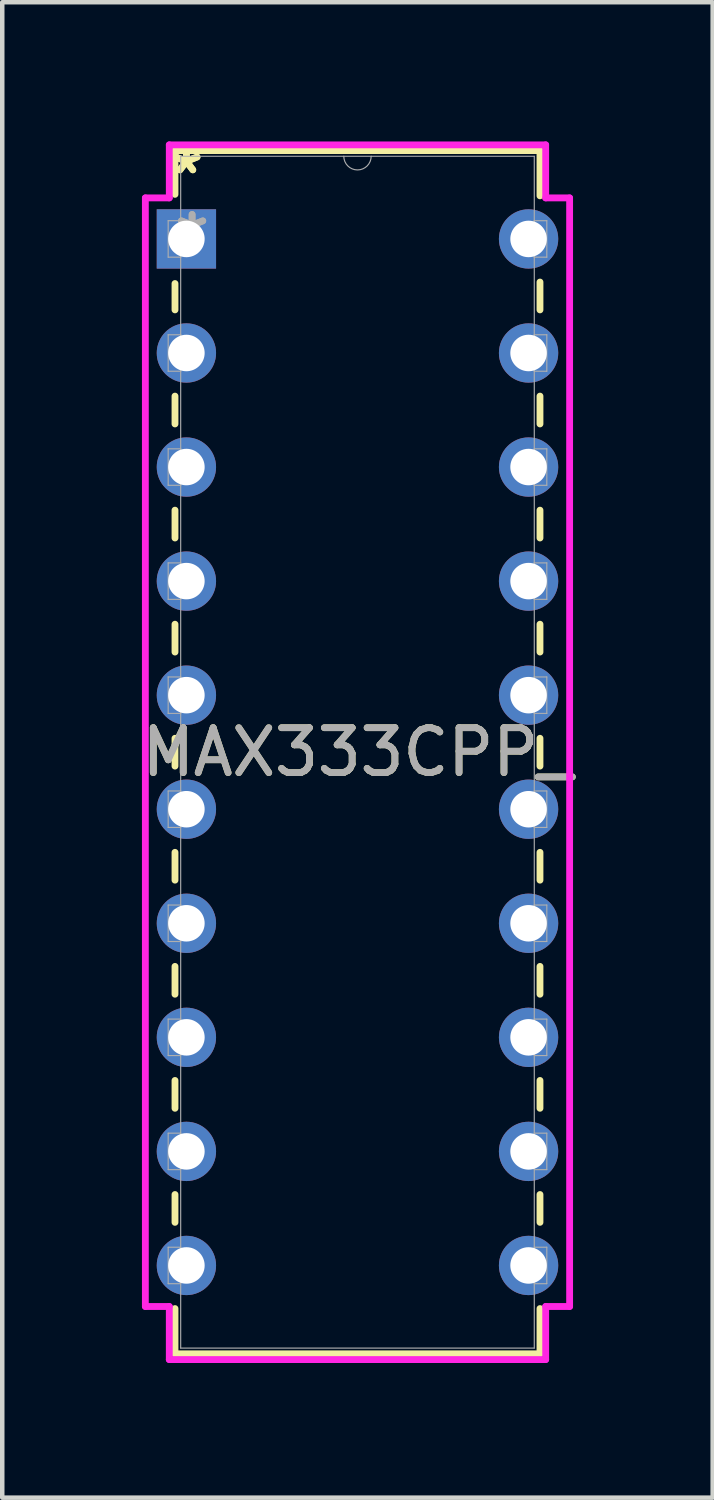
<source format=kicad_pcb>
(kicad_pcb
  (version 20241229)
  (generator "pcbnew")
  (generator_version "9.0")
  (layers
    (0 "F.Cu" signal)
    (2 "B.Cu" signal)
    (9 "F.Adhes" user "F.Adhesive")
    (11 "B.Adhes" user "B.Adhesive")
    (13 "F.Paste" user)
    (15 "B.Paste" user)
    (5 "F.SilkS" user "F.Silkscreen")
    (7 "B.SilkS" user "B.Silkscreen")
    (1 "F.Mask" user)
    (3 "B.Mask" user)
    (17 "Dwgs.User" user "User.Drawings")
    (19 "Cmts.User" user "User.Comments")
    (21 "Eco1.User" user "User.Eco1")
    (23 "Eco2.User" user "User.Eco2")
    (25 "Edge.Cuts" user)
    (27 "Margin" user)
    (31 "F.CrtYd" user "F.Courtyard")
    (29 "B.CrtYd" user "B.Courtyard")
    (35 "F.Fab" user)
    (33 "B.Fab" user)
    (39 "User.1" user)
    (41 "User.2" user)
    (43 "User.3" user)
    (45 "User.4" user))
  (footprint "MAX333CPP_"
    (layer "F.Cu")
    (at 1.101 2.271)
    (property "Reference" "MAX333CPP_" (at 3.81 11.43 0) (unlocked yes) (layer "F.SilkS") (effects (font (size 1 1) (thickness 0.15))))
    (attr through_hole)
    (fp_line (start -0.254 -1.968) (end -0.254 -0.993) (stroke (width 0.152) (type solid)) (layer "F.SilkS"))
    (fp_line (start -0.254 0.993) (end -0.254 1.58) (stroke (width 0.152) (type solid)) (layer "F.SilkS"))
    (fp_line (start -0.254 3.5) (end -0.254 4.12) (stroke (width 0.152) (type solid)) (layer "F.SilkS"))
    (fp_line (start -0.254 6.04) (end -0.254 6.66) (stroke (width 0.152) (type solid)) (layer "F.SilkS"))
    (fp_line (start -0.254 8.58) (end -0.254 9.2) (stroke (width 0.152) (type solid)) (layer "F.SilkS"))
    (fp_line (start -0.254 11.12) (end -0.254 11.74) (stroke (width 0.152) (type solid)) (layer "F.SilkS"))
    (fp_line (start -0.254 13.66) (end -0.254 14.28) (stroke (width 0.152) (type solid)) (layer "F.SilkS"))
    (fp_line (start -0.254 16.2) (end -0.254 16.82) (stroke (width 0.152) (type solid)) (layer "F.SilkS"))
    (fp_line (start -0.254 18.74) (end -0.254 19.36) (stroke (width 0.152) (type solid)) (layer "F.SilkS"))
    (fp_line (start -0.254 21.28) (end -0.254 21.9) (stroke (width 0.152) (type solid)) (layer "F.SilkS"))
    (fp_line (start -0.254 23.82) (end -0.254 24.828) (stroke (width 0.152) (type solid)) (layer "F.SilkS"))
    (fp_line (start -0.254 24.828) (end 7.874 24.828) (stroke (width 0.152) (type solid)) (layer "F.SilkS"))
    (fp_line (start 7.874 -1.968) (end -0.254 -1.968) (stroke (width 0.152) (type solid)) (layer "F.SilkS"))
    (fp_line (start 7.874 -0.96) (end 7.874 -1.968) (stroke (width 0.152) (type solid)) (layer "F.SilkS"))
    (fp_line (start 7.874 1.58) (end 7.874 0.96) (stroke (width 0.152) (type solid)) (layer "F.SilkS"))
    (fp_line (start 7.874 4.12) (end 7.874 3.5) (stroke (width 0.152) (type solid)) (layer "F.SilkS"))
    (fp_line (start 7.874 6.66) (end 7.874 6.04) (stroke (width 0.152) (type solid)) (layer "F.SilkS"))
    (fp_line (start 7.874 9.2) (end 7.874 8.58) (stroke (width 0.152) (type solid)) (layer "F.SilkS"))
    (fp_line (start 7.874 11.74) (end 7.874 11.12) (stroke (width 0.152) (type solid)) (layer "F.SilkS"))
    (fp_line (start 7.874 14.28) (end 7.874 13.66) (stroke (width 0.152) (type solid)) (layer "F.SilkS"))
    (fp_line (start 7.874 16.82) (end 7.874 16.2) (stroke (width 0.152) (type solid)) (layer "F.SilkS"))
    (fp_line (start 7.874 19.36) (end 7.874 18.74) (stroke (width 0.152) (type solid)) (layer "F.SilkS"))
    (fp_line (start 7.874 21.9) (end 7.874 21.28) (stroke (width 0.152) (type solid)) (layer "F.SilkS"))
    (fp_line (start 7.874 24.828) (end 7.874 23.82) (stroke (width 0.152) (type solid)) (layer "F.SilkS"))
    (fp_line (start -0.914 -0.914) (end -0.381 -0.914) (stroke (width 0.152) (type solid)) (layer "F.CrtYd"))
    (fp_line (start -0.914 23.774) (end -0.914 -0.914) (stroke (width 0.152) (type solid)) (layer "F.CrtYd"))
    (fp_line (start -0.381 -2.095) (end 8.001 -2.095) (stroke (width 0.152) (type solid)) (layer "F.CrtYd"))
    (fp_line (start -0.381 -0.914) (end -0.381 -2.095) (stroke (width 0.152) (type solid)) (layer "F.CrtYd"))
    (fp_line (start -0.381 23.774) (end -0.914 23.774) (stroke (width 0.152) (type solid)) (layer "F.CrtYd"))
    (fp_line (start -0.381 24.956) (end -0.381 23.774) (stroke (width 0.152) (type solid)) (layer "F.CrtYd"))
    (fp_line (start 8.001 -2.095) (end 8.001 -0.914) (stroke (width 0.152) (type solid)) (layer "F.CrtYd"))
    (fp_line (start 8.001 23.774) (end 8.001 24.956) (stroke (width 0.152) (type solid)) (layer "F.CrtYd"))
    (fp_line (start 8.001 24.956) (end -0.381 24.956) (stroke (width 0.152) (type solid)) (layer "F.CrtYd"))
    (fp_line (start 8.534 -0.914) (end 8.001 -0.914) (stroke (width 0.152) (type solid)) (layer "F.CrtYd"))
    (fp_line (start 8.534 -0.914) (end 8.534 23.774) (stroke (width 0.152) (type solid)) (layer "F.CrtYd"))
    (fp_line (start 8.534 23.774) (end 8.001 23.774) (stroke (width 0.152) (type solid)) (layer "F.CrtYd"))
    (fp_line (start -0.406 -0.406) (end -0.406 0.406) (stroke (width 0.025) (type solid)) (layer "F.Fab"))
    (fp_line (start -0.406 0.406) (end -0.127 0.406) (stroke (width 0.025) (type solid)) (layer "F.Fab"))
    (fp_line (start -0.406 2.134) (end -0.406 2.946) (stroke (width 0.025) (type solid)) (layer "F.Fab"))
    (fp_line (start -0.406 2.946) (end -0.127 2.946) (stroke (width 0.025) (type solid)) (layer "F.Fab"))
    (fp_line (start -0.406 4.674) (end -0.406 5.486) (stroke (width 0.025) (type solid)) (layer "F.Fab"))
    (fp_line (start -0.406 5.486) (end -0.127 5.486) (stroke (width 0.025) (type solid)) (layer "F.Fab"))
    (fp_line (start -0.406 7.214) (end -0.406 8.026) (stroke (width 0.025) (type solid)) (layer "F.Fab"))
    (fp_line (start -0.406 8.026) (end -0.127 8.026) (stroke (width 0.025) (type solid)) (layer "F.Fab"))
    (fp_line (start -0.406 9.754) (end -0.406 10.566) (stroke (width 0.025) (type solid)) (layer "F.Fab"))
    (fp_line (start -0.406 10.566) (end -0.127 10.566) (stroke (width 0.025) (type solid)) (layer "F.Fab"))
    (fp_line (start -0.406 12.294) (end -0.406 13.106) (stroke (width 0.025) (type solid)) (layer "F.Fab"))
    (fp_line (start -0.406 13.106) (end -0.127 13.106) (stroke (width 0.025) (type solid)) (layer "F.Fab"))
    (fp_line (start -0.406 14.834) (end -0.406 15.646) (stroke (width 0.025) (type solid)) (layer "F.Fab"))
    (fp_line (start -0.406 15.646) (end -0.127 15.646) (stroke (width 0.025) (type solid)) (layer "F.Fab"))
    (fp_line (start -0.406 17.374) (end -0.406 18.186) (stroke (width 0.025) (type solid)) (layer "F.Fab"))
    (fp_line (start -0.406 18.186) (end -0.127 18.186) (stroke (width 0.025) (type solid)) (layer "F.Fab"))
    (fp_line (start -0.406 19.914) (end -0.406 20.726) (stroke (width 0.025) (type solid)) (layer "F.Fab"))
    (fp_line (start -0.406 20.726) (end -0.127 20.726) (stroke (width 0.025) (type solid)) (layer "F.Fab"))
    (fp_line (start -0.406 22.454) (end -0.406 23.266) (stroke (width 0.025) (type solid)) (layer "F.Fab"))
    (fp_line (start -0.406 23.266) (end -0.127 23.266) (stroke (width 0.025) (type solid)) (layer "F.Fab"))
    (fp_line (start -0.127 -1.841) (end -0.127 24.701) (stroke (width 0.025) (type solid)) (layer "F.Fab"))
    (fp_line (start -0.127 -0.406) (end -0.406 -0.406) (stroke (width 0.025) (type solid)) (layer "F.Fab"))
    (fp_line (start -0.127 0.406) (end -0.127 -0.406) (stroke (width 0.025) (type solid)) (layer "F.Fab"))
    (fp_line (start -0.127 2.134) (end -0.406 2.134) (stroke (width 0.025) (type solid)) (layer "F.Fab"))
    (fp_line (start -0.127 2.946) (end -0.127 2.134) (stroke (width 0.025) (type solid)) (layer "F.Fab"))
    (fp_line (start -0.127 4.674) (end -0.406 4.674) (stroke (width 0.025) (type solid)) (layer "F.Fab"))
    (fp_line (start -0.127 5.486) (end -0.127 4.674) (stroke (width 0.025) (type solid)) (layer "F.Fab"))
    (fp_line (start -0.127 7.214) (end -0.406 7.214) (stroke (width 0.025) (type solid)) (layer "F.Fab"))
    (fp_line (start -0.127 8.026) (end -0.127 7.214) (stroke (width 0.025) (type solid)) (layer "F.Fab"))
    (fp_line (start -0.127 9.754) (end -0.406 9.754) (stroke (width 0.025) (type solid)) (layer "F.Fab"))
    (fp_line (start -0.127 10.566) (end -0.127 9.754) (stroke (width 0.025) (type solid)) (layer "F.Fab"))
    (fp_line (start -0.127 12.294) (end -0.406 12.294) (stroke (width 0.025) (type solid)) (layer "F.Fab"))
    (fp_line (start -0.127 13.106) (end -0.127 12.294) (stroke (width 0.025) (type solid)) (layer "F.Fab"))
    (fp_line (start -0.127 14.834) (end -0.406 14.834) (stroke (width 0.025) (type solid)) (layer "F.Fab"))
    (fp_line (start -0.127 15.646) (end -0.127 14.834) (stroke (width 0.025) (type solid)) (layer "F.Fab"))
    (fp_line (start -0.127 17.374) (end -0.406 17.374) (stroke (width 0.025) (type solid)) (layer "F.Fab"))
    (fp_line (start -0.127 18.186) (end -0.127 17.374) (stroke (width 0.025) (type solid)) (layer "F.Fab"))
    (fp_line (start -0.127 19.914) (end -0.406 19.914) (stroke (width 0.025) (type solid)) (layer "F.Fab"))
    (fp_line (start -0.127 20.726) (end -0.127 19.914) (stroke (width 0.025) (type solid)) (layer "F.Fab"))
    (fp_line (start -0.127 22.454) (end -0.406 22.454) (stroke (width 0.025) (type solid)) (layer "F.Fab"))
    (fp_line (start -0.127 23.266) (end -0.127 22.454) (stroke (width 0.025) (type solid)) (layer "F.Fab"))
    (fp_line (start -0.127 24.701) (end 7.747 24.701) (stroke (width 0.025) (type solid)) (layer "F.Fab"))
    (fp_line (start 7.747 -1.841) (end -0.127 -1.841) (stroke (width 0.025) (type solid)) (layer "F.Fab"))
    (fp_line (start 7.747 -0.406) (end 7.747 0.406) (stroke (width 0.025) (type solid)) (layer "F.Fab"))
    (fp_line (start 7.747 0.406) (end 8.026 0.406) (stroke (width 0.025) (type solid)) (layer "F.Fab"))
    (fp_line (start 7.747 2.134) (end 7.747 2.946) (stroke (width 0.025) (type solid)) (layer "F.Fab"))
    (fp_line (start 7.747 2.946) (end 8.026 2.946) (stroke (width 0.025) (type solid)) (layer "F.Fab"))
    (fp_line (start 7.747 4.674) (end 7.747 5.486) (stroke (width 0.025) (type solid)) (layer "F.Fab"))
    (fp_line (start 7.747 5.486) (end 8.026 5.486) (stroke (width 0.025) (type solid)) (layer "F.Fab"))
    (fp_line (start 7.747 7.214) (end 7.747 8.026) (stroke (width 0.025) (type solid)) (layer "F.Fab"))
    (fp_line (start 7.747 8.026) (end 8.026 8.026) (stroke (width 0.025) (type solid)) (layer "F.Fab"))
    (fp_line (start 7.747 9.754) (end 7.747 10.566) (stroke (width 0.025) (type solid)) (layer "F.Fab"))
    (fp_line (start 7.747 10.566) (end 8.026 10.566) (stroke (width 0.025) (type solid)) (layer "F.Fab"))
    (fp_line (start 7.747 12.294) (end 7.747 13.106) (stroke (width 0.025) (type solid)) (layer "F.Fab"))
    (fp_line (start 7.747 13.106) (end 8.026 13.106) (stroke (width 0.025) (type solid)) (layer "F.Fab"))
    (fp_line (start 7.747 14.834) (end 7.747 15.646) (stroke (width 0.025) (type solid)) (layer "F.Fab"))
    (fp_line (start 7.747 15.646) (end 8.026 15.646) (stroke (width 0.025) (type solid)) (layer "F.Fab"))
    (fp_line (start 7.747 17.374) (end 7.747 18.186) (stroke (width 0.025) (type solid)) (layer "F.Fab"))
    (fp_line (start 7.747 18.186) (end 8.026 18.186) (stroke (width 0.025) (type solid)) (layer "F.Fab"))
    (fp_line (start 7.747 19.914) (end 7.747 20.726) (stroke (width 0.025) (type solid)) (layer "F.Fab"))
    (fp_line (start 7.747 20.726) (end 8.026 20.726) (stroke (width 0.025) (type solid)) (layer "F.Fab"))
    (fp_line (start 7.747 22.454) (end 7.747 23.266) (stroke (width 0.025) (type solid)) (layer "F.Fab"))
    (fp_line (start 7.747 23.266) (end 8.026 23.266) (stroke (width 0.025) (type solid)) (layer "F.Fab"))
    (fp_line (start 7.747 24.701) (end 7.747 -1.841) (stroke (width 0.025) (type solid)) (layer "F.Fab"))
    (fp_line (start 8.026 -0.406) (end 7.747 -0.406) (stroke (width 0.025) (type solid)) (layer "F.Fab"))
    (fp_line (start 8.026 0.406) (end 8.026 -0.406) (stroke (width 0.025) (type solid)) (layer "F.Fab"))
    (fp_line (start 8.026 2.134) (end 7.747 2.134) (stroke (width 0.025) (type solid)) (layer "F.Fab"))
    (fp_line (start 8.026 2.946) (end 8.026 2.134) (stroke (width 0.025) (type solid)) (layer "F.Fab"))
    (fp_line (start 8.026 4.674) (end 7.747 4.674) (stroke (width 0.025) (type solid)) (layer "F.Fab"))
    (fp_line (start 8.026 5.486) (end 8.026 4.674) (stroke (width 0.025) (type solid)) (layer "F.Fab"))
    (fp_line (start 8.026 7.214) (end 7.747 7.214) (stroke (width 0.025) (type solid)) (layer "F.Fab"))
    (fp_line (start 8.026 8.026) (end 8.026 7.214) (stroke (width 0.025) (type solid)) (layer "F.Fab"))
    (fp_line (start 8.026 9.754) (end 7.747 9.754) (stroke (width 0.025) (type solid)) (layer "F.Fab"))
    (fp_line (start 8.026 10.566) (end 8.026 9.754) (stroke (width 0.025) (type solid)) (layer "F.Fab"))
    (fp_line (start 8.026 12.294) (end 7.747 12.294) (stroke (width 0.025) (type solid)) (layer "F.Fab"))
    (fp_line (start 8.026 13.106) (end 8.026 12.294) (stroke (width 0.025) (type solid)) (layer "F.Fab"))
    (fp_line (start 8.026 14.834) (end 7.747 14.834) (stroke (width 0.025) (type solid)) (layer "F.Fab"))
    (fp_line (start 8.026 15.646) (end 8.026 14.834) (stroke (width 0.025) (type solid)) (layer "F.Fab"))
    (fp_line (start 8.026 17.374) (end 7.747 17.374) (stroke (width 0.025) (type solid)) (layer "F.Fab"))
    (fp_line (start 8.026 18.186) (end 8.026 17.374) (stroke (width 0.025) (type solid)) (layer "F.Fab"))
    (fp_line (start 8.026 19.914) (end 7.747 19.914) (stroke (width 0.025) (type solid)) (layer "F.Fab"))
    (fp_line (start 8.026 20.726) (end 8.026 19.914) (stroke (width 0.025) (type solid)) (layer "F.Fab"))
    (fp_line (start 8.026 22.454) (end 7.747 22.454) (stroke (width 0.025) (type solid)) (layer "F.Fab"))
    (fp_line (start 8.026 23.266) (end 8.026 22.454) (stroke (width 0.025) (type solid)) (layer "F.Fab"))
    (fp_arc (start 4.1148 -1.8415) (mid 3.81 -1.5367) (end 3.5052 -1.8415) (stroke (width 0.0254) (type solid)) (layer "F.Fab"))
    (fp_text user "*" (at 0 -1.422 0) (layer "F.SilkS") (effects (font (size 1 1) (thickness 0.15))))
    (fp_text user "*" (at 0 -1.422 0) (unlocked yes) (layer "F.SilkS") (effects (font (size 1 1) (thickness 0.15))))
    (fp_text user "${REFERENCE}" (at 3.81 11.43 0) (unlocked yes) (layer "F.Fab") (effects (font (size 1 1) (thickness 0.15))))
    (fp_text user "*" (at 0.127 0 0) (layer "F.Fab") (effects (font (size 1 1) (thickness 0.15))))
    (fp_text user "*" (at 0.127 0 0) (unlocked yes) (layer "F.Fab") (effects (font (size 1 1) (thickness 0.15))))
    (pad "1" thru_hole rect (at 0 0) (size 1.321 1.321) (drill 0.813) (layers "*.Cu" "*.Mask"))
    (pad "2" thru_hole circle (at 0 2.54) (size 1.321 1.321) (drill 0.813) (layers "*.Cu" "*.Mask"))
    (pad "3" thru_hole circle (at 0 5.08) (size 1.321 1.321) (drill 0.813) (layers "*.Cu" "*.Mask"))
    (pad "4" thru_hole circle (at 0 7.62) (size 1.321 1.321) (drill 0.813) (layers "*.Cu" "*.Mask"))
    (pad "5" thru_hole circle (at 0 10.16) (size 1.321 1.321) (drill 0.813) (layers "*.Cu" "*.Mask"))
    (pad "6" thru_hole circle (at 0 12.7) (size 1.321 1.321) (drill 0.813) (layers "*.Cu" "*.Mask"))
    (pad "7" thru_hole circle (at 0 15.24) (size 1.321 1.321) (drill 0.813) (layers "*.Cu" "*.Mask"))
    (pad "8" thru_hole circle (at 0 17.78) (size 1.321 1.321) (drill 0.813) (layers "*.Cu" "*.Mask"))
    (pad "9" thru_hole circle (at 0 20.32) (size 1.321 1.321) (drill 0.813) (layers "*.Cu" "*.Mask"))
    (pad "10" thru_hole circle (at 0 22.86) (size 1.321 1.321) (drill 0.813) (layers "*.Cu" "*.Mask"))
    (pad "11" thru_hole circle (at 7.62 22.86) (size 1.321 1.321) (drill 0.813) (layers "*.Cu" "*.Mask"))
    (pad "12" thru_hole circle (at 7.62 20.32) (size 1.321 1.321) (drill 0.813) (layers "*.Cu" "*.Mask"))
    (pad "13" thru_hole circle (at 7.62 17.78) (size 1.321 1.321) (drill 0.813) (layers "*.Cu" "*.Mask"))
    (pad "14" thru_hole circle (at 7.62 15.24) (size 1.321 1.321) (drill 0.813) (layers "*.Cu" "*.Mask"))
    (pad "15" thru_hole circle (at 7.62 12.7) (size 1.321 1.321) (drill 0.813) (layers "*.Cu" "*.Mask"))
    (pad "16" thru_hole circle (at 7.62 10.16) (size 1.321 1.321) (drill 0.813) (layers "*.Cu" "*.Mask"))
    (pad "17" thru_hole circle (at 7.62 7.62) (size 1.321 1.321) (drill 0.813) (layers "*.Cu" "*.Mask"))
    (pad "18" thru_hole circle (at 7.62 5.08) (size 1.321 1.321) (drill 0.813) (layers "*.Cu" "*.Mask"))
    (pad "19" thru_hole circle (at 7.62 2.54) (size 1.321 1.321) (drill 0.813) (layers "*.Cu" "*.Mask"))
    (pad "20" thru_hole circle (at 7.62 0) (size 1.321 1.321) (drill 0.813) (layers "*.Cu" "*.Mask")))
  (gr_rect
    (start -3 -3)
    (end 12.821 30.302)
    (stroke (width 0.1) (type default))
    (fill no)
    (layer "Edge.Cuts")))
</source>
